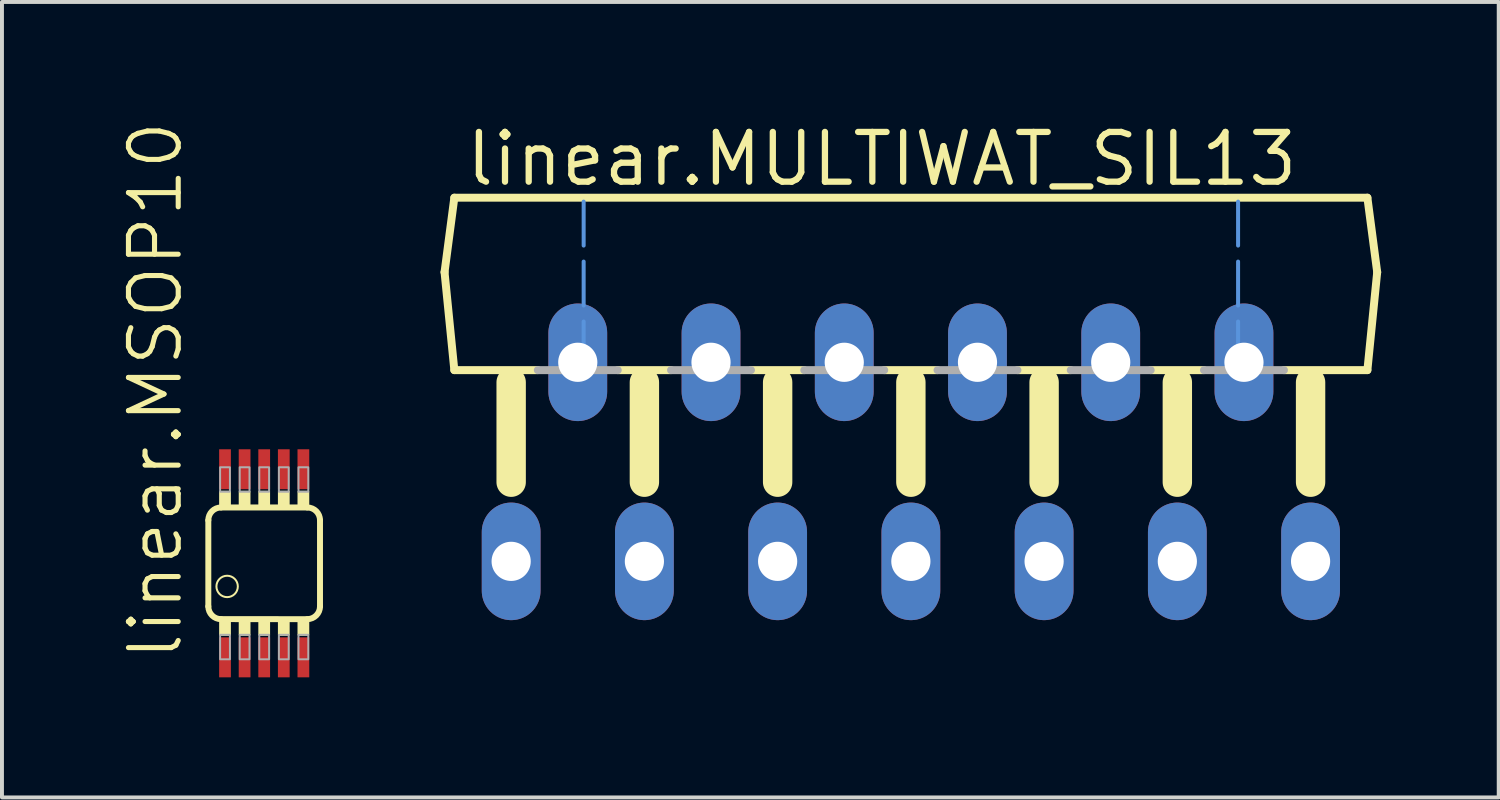
<source format=kicad_pcb>
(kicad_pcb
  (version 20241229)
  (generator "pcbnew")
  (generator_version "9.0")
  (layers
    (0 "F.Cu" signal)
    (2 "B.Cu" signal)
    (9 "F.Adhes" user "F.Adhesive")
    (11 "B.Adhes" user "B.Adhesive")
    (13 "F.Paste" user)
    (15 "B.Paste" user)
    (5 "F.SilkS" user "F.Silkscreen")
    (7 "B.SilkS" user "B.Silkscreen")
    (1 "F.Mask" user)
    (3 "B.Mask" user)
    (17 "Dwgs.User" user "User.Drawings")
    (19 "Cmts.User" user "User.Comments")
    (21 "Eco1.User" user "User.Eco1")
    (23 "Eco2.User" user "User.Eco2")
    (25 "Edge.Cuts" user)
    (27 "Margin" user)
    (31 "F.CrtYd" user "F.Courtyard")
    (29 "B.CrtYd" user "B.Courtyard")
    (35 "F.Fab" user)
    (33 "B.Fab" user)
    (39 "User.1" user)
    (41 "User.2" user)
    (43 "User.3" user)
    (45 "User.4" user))
  (footprint "linear.MULTIWAT_SIL13"
    (layer "F.Cu")
    (at 20.194 6.195)
    (property "Reference" "linear.MULTIWAT_SIL13" (at -11.43 -4.445 0) (layer "F.SilkS") (effects (font (size 1.27 1.27) (thickness 0.16)) (justify left bottom)))
    (attr through_hole)
    (fp_line (start -11.9 -2.3) (end -11.65 -4.2) (stroke (width 0.203) (type default)) (layer "F.SilkS"))
    (fp_line (start -11.65 -4.2) (end 11.65 -4.2) (stroke (width 0.203) (type default)) (layer "F.SilkS"))
    (fp_line (start -11.65 0.2) (end -11.9 -2.3) (stroke (width 0.203) (type default)) (layer "F.SilkS"))
    (fp_line (start -10.2 0.51) (end -10.2 3.06) (stroke (width 0.75) (type default)) (layer "F.SilkS"))
    (fp_line (start -9.52 0.2) (end -11.65 0.2) (stroke (width 0.203) (type default)) (layer "F.SilkS"))
    (fp_line (start -6.8 0.51) (end -6.8 3.06) (stroke (width 0.75) (type default)) (layer "F.SilkS"))
    (fp_line (start -6.12 0.2) (end -7.48 0.2) (stroke (width 0.203) (type default)) (layer "F.SilkS"))
    (fp_line (start -3.4 0.51) (end -3.4 3.06) (stroke (width 0.75) (type default)) (layer "F.SilkS"))
    (fp_line (start -2.72 0.2) (end -4.08 0.2) (stroke (width 0.203) (type default)) (layer "F.SilkS"))
    (fp_line (start 0 0.51) (end 0 3.06) (stroke (width 0.75) (type default)) (layer "F.SilkS"))
    (fp_line (start 0.68 0.2) (end -0.68 0.2) (stroke (width 0.203) (type default)) (layer "F.SilkS"))
    (fp_line (start 3.4 0.51) (end 3.4 3.06) (stroke (width 0.75) (type default)) (layer "F.SilkS"))
    (fp_line (start 4.08 0.2) (end 2.72 0.2) (stroke (width 0.203) (type default)) (layer "F.SilkS"))
    (fp_line (start 6.8 0.51) (end 6.8 3.06) (stroke (width 0.75) (type default)) (layer "F.SilkS"))
    (fp_line (start 7.48 0.2) (end 6.12 0.2) (stroke (width 0.203) (type default)) (layer "F.SilkS"))
    (fp_line (start 10.2 0.51) (end 10.2 3.06) (stroke (width 0.75) (type default)) (layer "F.SilkS"))
    (fp_line (start 11.65 -4.2) (end 11.9 -2.3) (stroke (width 0.203) (type default)) (layer "F.SilkS"))
    (fp_line (start 11.65 0.2) (end 9.52 0.2) (stroke (width 0.203) (type default)) (layer "F.SilkS"))
    (fp_line (start 11.9 -2.3) (end 11.65 0.2) (stroke (width 0.203) (type default)) (layer "F.SilkS"))
    (fp_line (start -8.35 -4.1) (end -8.35 0.1) (stroke (width 0.102) (type dash)) (layer "Cmts.User"))
    (fp_line (start 8.35 -4.1) (end 8.35 0.1) (stroke (width 0.102) (type dash)) (layer "Cmts.User"))
    (fp_line (start -7.48 0.2) (end -9.52 0.2) (stroke (width 0.203) (type default)) (layer "F.Fab"))
    (fp_line (start -4.08 0.2) (end -6.12 0.2) (stroke (width 0.203) (type default)) (layer "F.Fab"))
    (fp_line (start -0.68 0.2) (end -2.72 0.2) (stroke (width 0.203) (type default)) (layer "F.Fab"))
    (fp_line (start 2.72 0.2) (end 0.68 0.2) (stroke (width 0.203) (type default)) (layer "F.Fab"))
    (fp_line (start 6.12 0.2) (end 4.08 0.2) (stroke (width 0.203) (type default)) (layer "F.Fab"))
    (fp_line (start 9.52 0.2) (end 7.48 0.2) (stroke (width 0.203) (type default)) (layer "F.Fab"))
    (pad "1" thru_hole oval (at -10.2 5.08 90) (size 3 1.5) (drill 1) (layers "*.Cu" "*.Mask"))
    (pad "2" thru_hole oval (at -8.5 0 90) (size 3 1.5) (drill 1) (layers "*.Cu" "*.Mask"))
    (pad "3" thru_hole oval (at -6.8 5.08 90) (size 3 1.5) (drill 1) (layers "*.Cu" "*.Mask"))
    (pad "4" thru_hole oval (at -5.1 0 90) (size 3 1.5) (drill 1) (layers "*.Cu" "*.Mask"))
    (pad "5" thru_hole oval (at -3.4 5.08 90) (size 3 1.5) (drill 1) (layers "*.Cu" "*.Mask"))
    (pad "6" thru_hole oval (at -1.7 0 90) (size 3 1.5) (drill 1) (layers "*.Cu" "*.Mask"))
    (pad "7" thru_hole oval (at 0 5.08 90) (size 3 1.5) (drill 1) (layers "*.Cu" "*.Mask"))
    (pad "8" thru_hole oval (at 1.7 0 90) (size 3 1.5) (drill 1) (layers "*.Cu" "*.Mask"))
    (pad "9" thru_hole oval (at 3.4 5.08 90) (size 3 1.5) (drill 1) (layers "*.Cu" "*.Mask"))
    (pad "10" thru_hole oval (at 5.1 0 90) (size 3 1.5) (drill 1) (layers "*.Cu" "*.Mask"))
    (pad "11" thru_hole oval (at 6.8 5.08 90) (size 3 1.5) (drill 1) (layers "*.Cu" "*.Mask"))
    (pad "12" thru_hole oval (at 8.5 0 90) (size 3 1.5) (drill 1) (layers "*.Cu" "*.Mask"))
    (pad "13" thru_hole oval (at 10.2 5.08 90) (size 3 1.5) (drill 1) (layers "*.Cu" "*.Mask")))
  (footprint "linear.MSOP10"
    (layer "F.Cu")
    (at 3.692 11.324)
    (property "Reference" "linear.MSOP10" (at -2.032 2.54 90) (layer "F.SilkS") (effects (font (size 1.27 1.27) (thickness 0.13)) (justify left bottom)))
    (attr smd)
    (fp_rect (start -1.2 -1.85) (end -0.8 -2.95) (stroke (width 0.05) (type default)) (fill yes) (layer "F.Mask"))
    (fp_rect (start -1.2 2.95) (end -0.8 1.85) (stroke (width 0.05) (type default)) (fill yes) (layer "F.Mask"))
    (fp_rect (start -0.7 -1.85) (end -0.3 -2.95) (stroke (width 0.05) (type default)) (fill yes) (layer "F.Mask"))
    (fp_rect (start -0.7 2.95) (end -0.3 1.85) (stroke (width 0.05) (type default)) (fill yes) (layer "F.Mask"))
    (fp_rect (start -0.2 -1.85) (end 0.2 -2.95) (stroke (width 0.05) (type default)) (fill yes) (layer "F.Mask"))
    (fp_rect (start -0.2 2.95) (end 0.2 1.85) (stroke (width 0.05) (type default)) (fill yes) (layer "F.Mask"))
    (fp_rect (start 0.3 -1.85) (end 0.7 -2.95) (stroke (width 0.05) (type default)) (fill yes) (layer "F.Mask"))
    (fp_rect (start 0.3 2.95) (end 0.7 1.85) (stroke (width 0.05) (type default)) (fill yes) (layer "F.Mask"))
    (fp_rect (start 0.8 -1.85) (end 1.2 -2.95) (stroke (width 0.05) (type default)) (fill yes) (layer "F.Mask"))
    (fp_rect (start 0.8 2.95) (end 1.2 1.85) (stroke (width 0.05) (type default)) (fill yes) (layer "F.Mask"))
    (fp_line (start -1.426 1.101) (end -1.426 -1.099) (stroke (width 0.152) (type default)) (layer "F.SilkS"))
    (fp_line (start -1.101 -1.424) (end 1.099 -1.424) (stroke (width 0.152) (type default)) (layer "F.SilkS"))
    (fp_line (start -1.1 1.425) (end 1.099 1.426) (stroke (width 0.152) (type default)) (layer "F.SilkS"))
    (fp_line (start 1.424 -1.099) (end 1.424 1.101) (stroke (width 0.152) (type default)) (layer "F.SilkS"))
    (fp_rect (start -1.125 -1.475) (end -0.875 -1.825) (stroke (width 0.05) (type default)) (fill yes) (layer "F.SilkS"))
    (fp_rect (start -1.125 1.825) (end -0.875 1.475) (stroke (width 0.05) (type default)) (fill yes) (layer "F.SilkS"))
    (fp_rect (start -0.625 -1.475) (end -0.375 -1.825) (stroke (width 0.05) (type default)) (fill yes) (layer "F.SilkS"))
    (fp_rect (start -0.625 1.825) (end -0.375 1.475) (stroke (width 0.05) (type default)) (fill yes) (layer "F.SilkS"))
    (fp_rect (start -0.125 -1.475) (end 0.125 -1.825) (stroke (width 0.05) (type default)) (fill yes) (layer "F.SilkS"))
    (fp_rect (start -0.125 1.825) (end 0.125 1.475) (stroke (width 0.05) (type default)) (fill yes) (layer "F.SilkS"))
    (fp_rect (start 0.375 -1.475) (end 0.625 -1.825) (stroke (width 0.05) (type default)) (fill yes) (layer "F.SilkS"))
    (fp_rect (start 0.375 1.825) (end 0.625 1.475) (stroke (width 0.05) (type default)) (fill yes) (layer "F.SilkS"))
    (fp_rect (start 0.875 -1.475) (end 1.125 -1.825) (stroke (width 0.05) (type default)) (fill yes) (layer "F.SilkS"))
    (fp_rect (start 0.875 1.825) (end 1.125 1.475) (stroke (width 0.05) (type default)) (fill yes) (layer "F.SilkS"))
    (fp_arc (start -1.426 -1.099) (mid -1.33081 -1.32881) (end -1.101 -1.424) (stroke (width 0.1524) (type default)) (layer "F.SilkS"))
    (fp_arc (start -1.101 1.426) (mid -1.33081 1.33081) (end -1.426 1.101) (stroke (width 0.1524) (type default)) (layer "F.SilkS"))
    (fp_arc (start 1.099 -1.424) (mid 1.32881 -1.32881) (end 1.424 -1.099) (stroke (width 0.1524) (type default)) (layer "F.SilkS"))
    (fp_arc (start 1.424 1.101) (mid 1.32881 1.33081) (end 1.099 1.426) (stroke (width 0.1524) (type default)) (layer "F.SilkS"))
    (fp_circle (center -0.946 0.591) (end -0.673 0.591) (stroke (width 0.051) (type default)) (fill no) (layer "F.SilkS"))
    (fp_rect (start -1.15 -1.9) (end -0.85 -2.85) (stroke (width 0.05) (type default)) (fill yes) (layer "F.Paste"))
    (fp_rect (start -1.15 2.85) (end -0.85 1.9) (stroke (width 0.05) (type default)) (fill yes) (layer "F.Paste"))
    (fp_rect (start -0.65 -1.9) (end -0.35 -2.85) (stroke (width 0.05) (type default)) (fill yes) (layer "F.Paste"))
    (fp_rect (start -0.65 2.85) (end -0.35 1.9) (stroke (width 0.05) (type default)) (fill yes) (layer "F.Paste"))
    (fp_rect (start -0.15 -1.9) (end 0.15 -2.85) (stroke (width 0.05) (type default)) (fill yes) (layer "F.Paste"))
    (fp_rect (start -0.15 2.85) (end 0.15 1.9) (stroke (width 0.05) (type default)) (fill yes) (layer "F.Paste"))
    (fp_rect (start 0.35 -1.9) (end 0.65 -2.85) (stroke (width 0.05) (type default)) (fill yes) (layer "F.Paste"))
    (fp_rect (start 0.35 2.85) (end 0.65 1.9) (stroke (width 0.05) (type default)) (fill yes) (layer "F.Paste"))
    (fp_rect (start 0.85 -1.9) (end 1.15 -2.85) (stroke (width 0.05) (type default)) (fill yes) (layer "F.Paste"))
    (fp_rect (start 0.85 2.85) (end 1.15 1.9) (stroke (width 0.05) (type default)) (fill yes) (layer "F.Paste"))
    (fp_rect (start -1.125 -1.825) (end -0.875 -2.45) (stroke (width 0.05) (type default)) (fill no) (layer "F.Fab"))
    (fp_rect (start -1.125 2.45) (end -0.875 1.825) (stroke (width 0.05) (type default)) (fill no) (layer "F.Fab"))
    (fp_rect (start -0.625 -1.825) (end -0.375 -2.45) (stroke (width 0.05) (type default)) (fill no) (layer "F.Fab"))
    (fp_rect (start -0.625 2.45) (end -0.375 1.825) (stroke (width 0.05) (type default)) (fill no) (layer "F.Fab"))
    (fp_rect (start -0.125 -1.825) (end 0.125 -2.45) (stroke (width 0.05) (type default)) (fill no) (layer "F.Fab"))
    (fp_rect (start -0.125 2.45) (end 0.125 1.825) (stroke (width 0.05) (type default)) (fill no) (layer "F.Fab"))
    (fp_rect (start 0.375 -1.825) (end 0.625 -2.45) (stroke (width 0.05) (type default)) (fill no) (layer "F.Fab"))
    (fp_rect (start 0.375 2.45) (end 0.625 1.825) (stroke (width 0.05) (type default)) (fill no) (layer "F.Fab"))
    (fp_rect (start 0.875 -1.825) (end 1.125 -2.45) (stroke (width 0.05) (type default)) (fill no) (layer "F.Fab"))
    (fp_rect (start 0.875 2.45) (end 1.125 1.825) (stroke (width 0.05) (type default)) (fill no) (layer "F.Fab"))
    (pad "1" smd roundrect (at -1 2.4) (size 0.3 1.02) (layers "F.Cu" "F.Mask" "F.Paste") (roundrect_rratio 0.01))
    (pad "2" smd roundrect (at -0.5 2.4) (size 0.3 1.02) (layers "F.Cu" "F.Mask" "F.Paste") (roundrect_rratio 0.01))
    (pad "3" smd roundrect (at 0 2.4) (size 0.3 1.02) (layers "F.Cu" "F.Mask" "F.Paste") (roundrect_rratio 0.01))
    (pad "4" smd roundrect (at 0.5 2.4) (size 0.3 1.02) (layers "F.Cu" "F.Mask" "F.Paste") (roundrect_rratio 0.01))
    (pad "5" smd roundrect (at 1 2.4) (size 0.3 1.02) (layers "F.Cu" "F.Mask" "F.Paste") (roundrect_rratio 0.01))
    (pad "6" smd roundrect (at 1 -2.4 180) (size 0.3 1.02) (layers "F.Cu" "F.Mask" "F.Paste") (roundrect_rratio 0.01))
    (pad "7" smd roundrect (at 0.5 -2.4 180) (size 0.3 1.02) (layers "F.Cu" "F.Mask" "F.Paste") (roundrect_rratio 0.01))
    (pad "8" smd roundrect (at 0 -2.4 180) (size 0.3 1.02) (layers "F.Cu" "F.Mask" "F.Paste") (roundrect_rratio 0.01))
    (pad "9" smd roundrect (at -0.5 -2.4 180) (size 0.3 1.02) (layers "F.Cu" "F.Mask" "F.Paste") (roundrect_rratio 0.01))
    (pad "10" smd roundrect (at -1 -2.4 180) (size 0.3 1.02) (layers "F.Cu" "F.Mask" "F.Paste") (roundrect_rratio 0.01)))
  (gr_rect
    (start -3 -3)
    (end 35.195 17.299)
    (stroke (width 0.1) (type default))
    (fill no)
    (layer "Edge.Cuts")))
</source>
